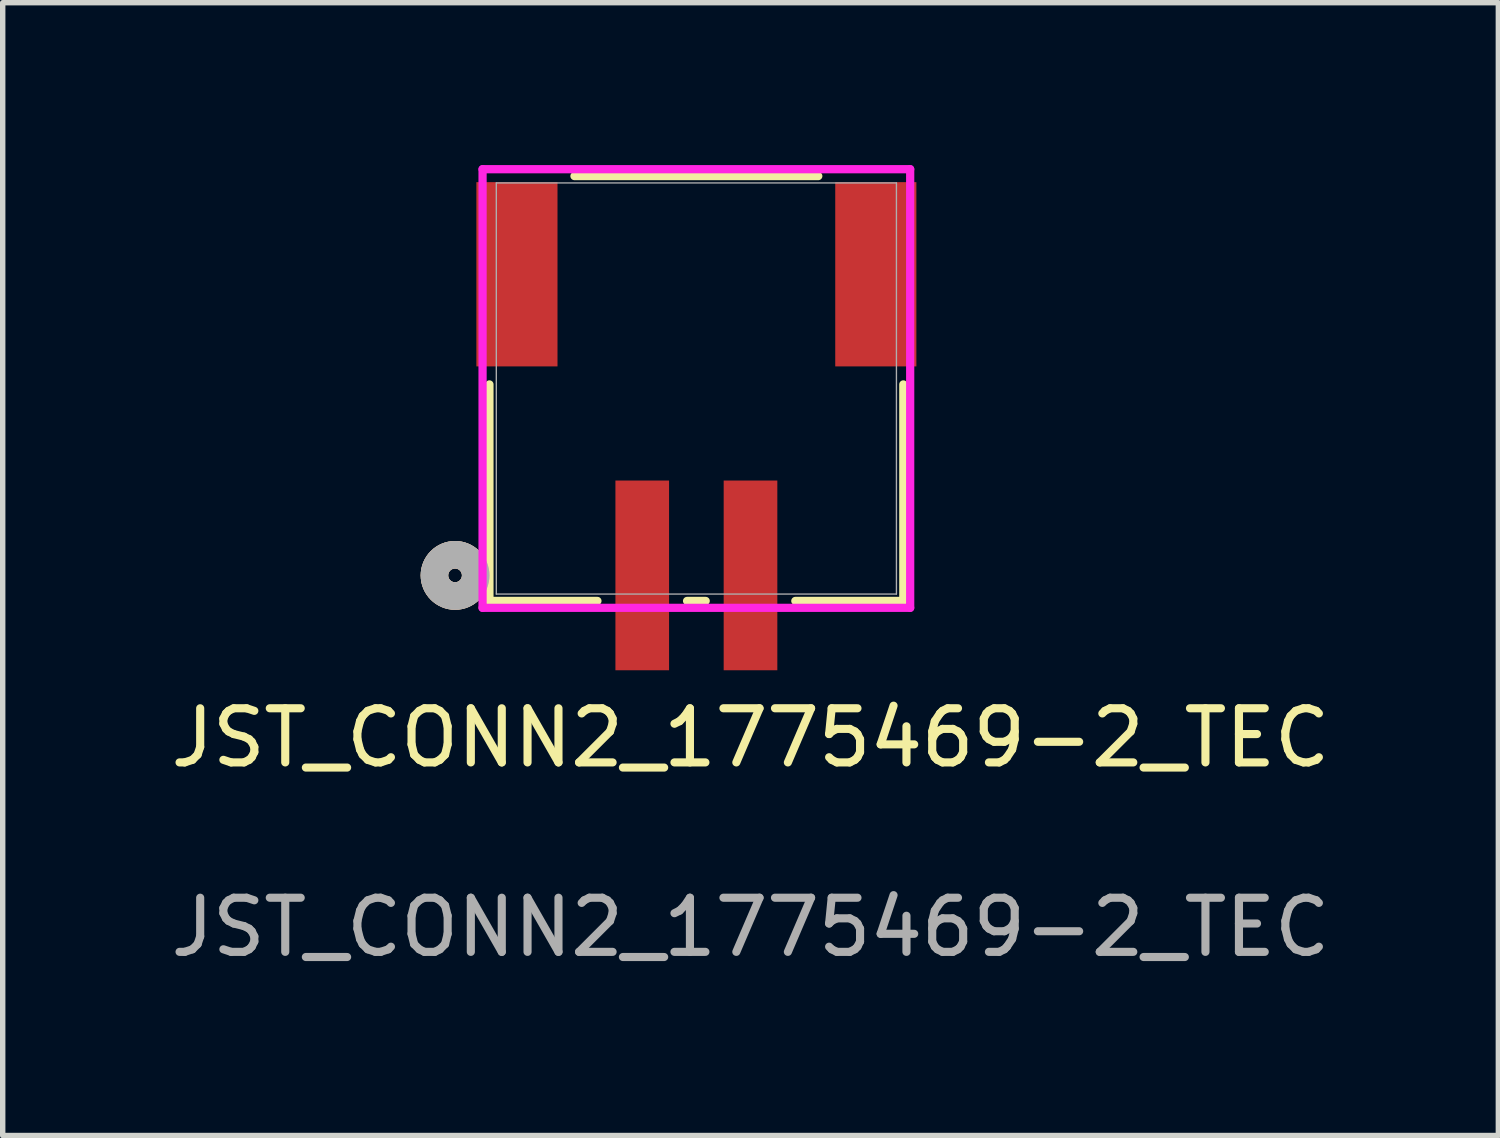
<source format=kicad_pcb>
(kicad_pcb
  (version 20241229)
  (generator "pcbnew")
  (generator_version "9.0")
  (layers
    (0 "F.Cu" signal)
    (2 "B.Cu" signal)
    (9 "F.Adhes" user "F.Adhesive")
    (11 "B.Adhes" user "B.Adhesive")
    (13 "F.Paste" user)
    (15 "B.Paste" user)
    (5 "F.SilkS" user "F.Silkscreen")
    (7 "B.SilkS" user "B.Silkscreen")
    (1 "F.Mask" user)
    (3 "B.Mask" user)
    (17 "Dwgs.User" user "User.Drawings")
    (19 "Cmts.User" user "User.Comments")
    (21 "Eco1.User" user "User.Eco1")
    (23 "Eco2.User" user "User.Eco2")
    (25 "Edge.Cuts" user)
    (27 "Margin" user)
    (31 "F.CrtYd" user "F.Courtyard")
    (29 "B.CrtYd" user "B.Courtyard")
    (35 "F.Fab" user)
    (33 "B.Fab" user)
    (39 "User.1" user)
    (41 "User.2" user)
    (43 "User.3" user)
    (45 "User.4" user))
  (footprint "JST_CONN2_1775469-2_TEC"
    (layer "F.Cu")
    (at 9.815 7.58)
    (property "Reference" "JST_CONN2_1775469-2_TEC" (at 1 3 0) (unlocked yes) (layer "F.SilkS") (effects (font (size 1 1) (thickness 0.15))))
    (attr smd)
    (fp_line (start -3.823 -3.528) (end -3.823 0.472) (stroke (width 0.152) (type solid)) (layer "F.SilkS"))
    (fp_line (start -3.823 0.472) (end -1.828 0.472) (stroke (width 0.152) (type solid)) (layer "F.SilkS"))
    (fp_line (start -0.172 0.472) (end 0.172 0.472) (stroke (width 0.152) (type solid)) (layer "F.SilkS"))
    (fp_line (start 1.828 0.472) (end 3.823 0.472) (stroke (width 0.152) (type solid)) (layer "F.SilkS"))
    (fp_line (start 2.252 -7.377) (end -2.252 -7.377) (stroke (width 0.152) (type solid)) (layer "F.SilkS"))
    (fp_line (start 3.823 0.472) (end 3.823 -3.528) (stroke (width 0.152) (type solid)) (layer "F.SilkS"))
    (fp_circle (center -4.458 0) (end -4.077 0) (stroke (width 0.508) (type solid)) (fill no) (layer "F.SilkS"))
    (fp_circle (center -4.458 0) (end -4.077 0) (stroke (width 0.508) (type solid)) (fill no) (layer "B.SilkS"))
    (fp_line (start -3.95 -7.504) (end -3.95 0.599) (stroke (width 0.152) (type solid)) (layer "F.CrtYd"))
    (fp_line (start -3.95 0.599) (end 3.95 0.599) (stroke (width 0.152) (type solid)) (layer "F.CrtYd"))
    (fp_line (start 3.95 -7.504) (end -3.95 -7.504) (stroke (width 0.152) (type solid)) (layer "F.CrtYd"))
    (fp_line (start 3.95 0.599) (end 3.95 -7.504) (stroke (width 0.152) (type solid)) (layer "F.CrtYd"))
    (fp_line (start -3.696 -7.25) (end -3.696 0.345) (stroke (width 0.025) (type solid)) (layer "F.Fab"))
    (fp_line (start -3.696 0.345) (end 3.696 0.345) (stroke (width 0.025) (type solid)) (layer "F.Fab"))
    (fp_line (start 3.696 -7.25) (end -3.696 -7.25) (stroke (width 0.025) (type solid)) (layer "F.Fab"))
    (fp_line (start 3.696 0.345) (end 3.696 -7.25) (stroke (width 0.025) (type solid)) (layer "F.Fab"))
    (fp_circle (center -4.458 0) (end -4.077 0) (stroke (width 0.508) (type solid)) (fill no) (layer "F.Fab"))
    (fp_text user "${REFERENCE}" (at 1 6.5 0) (unlocked yes) (layer "F.Fab") (effects (font (size 1 1) (thickness 0.15))))
    (pad "1" smd rect (at -1 0) (size 0.991 3.505) (layers "F.Cu" "F.Mask" "F.Paste"))
    (pad "2" smd rect (at 1 0) (size 0.991 3.505) (layers "F.Cu" "F.Mask" "F.Paste"))
    (pad "3" smd rect (at -3.315 -5.563) (size 1.499 3.404) (layers "F.Cu" "F.Mask" "F.Paste"))
    (pad "4" smd rect (at 3.315 -5.563) (size 1.499 3.404) (layers "F.Cu" "F.Mask" "F.Paste")))
  (gr_rect
    (start -3 -3)
    (end 24.631 17.928)
    (stroke (width 0.1) (type default))
    (fill no)
    (layer "Edge.Cuts")))
</source>
